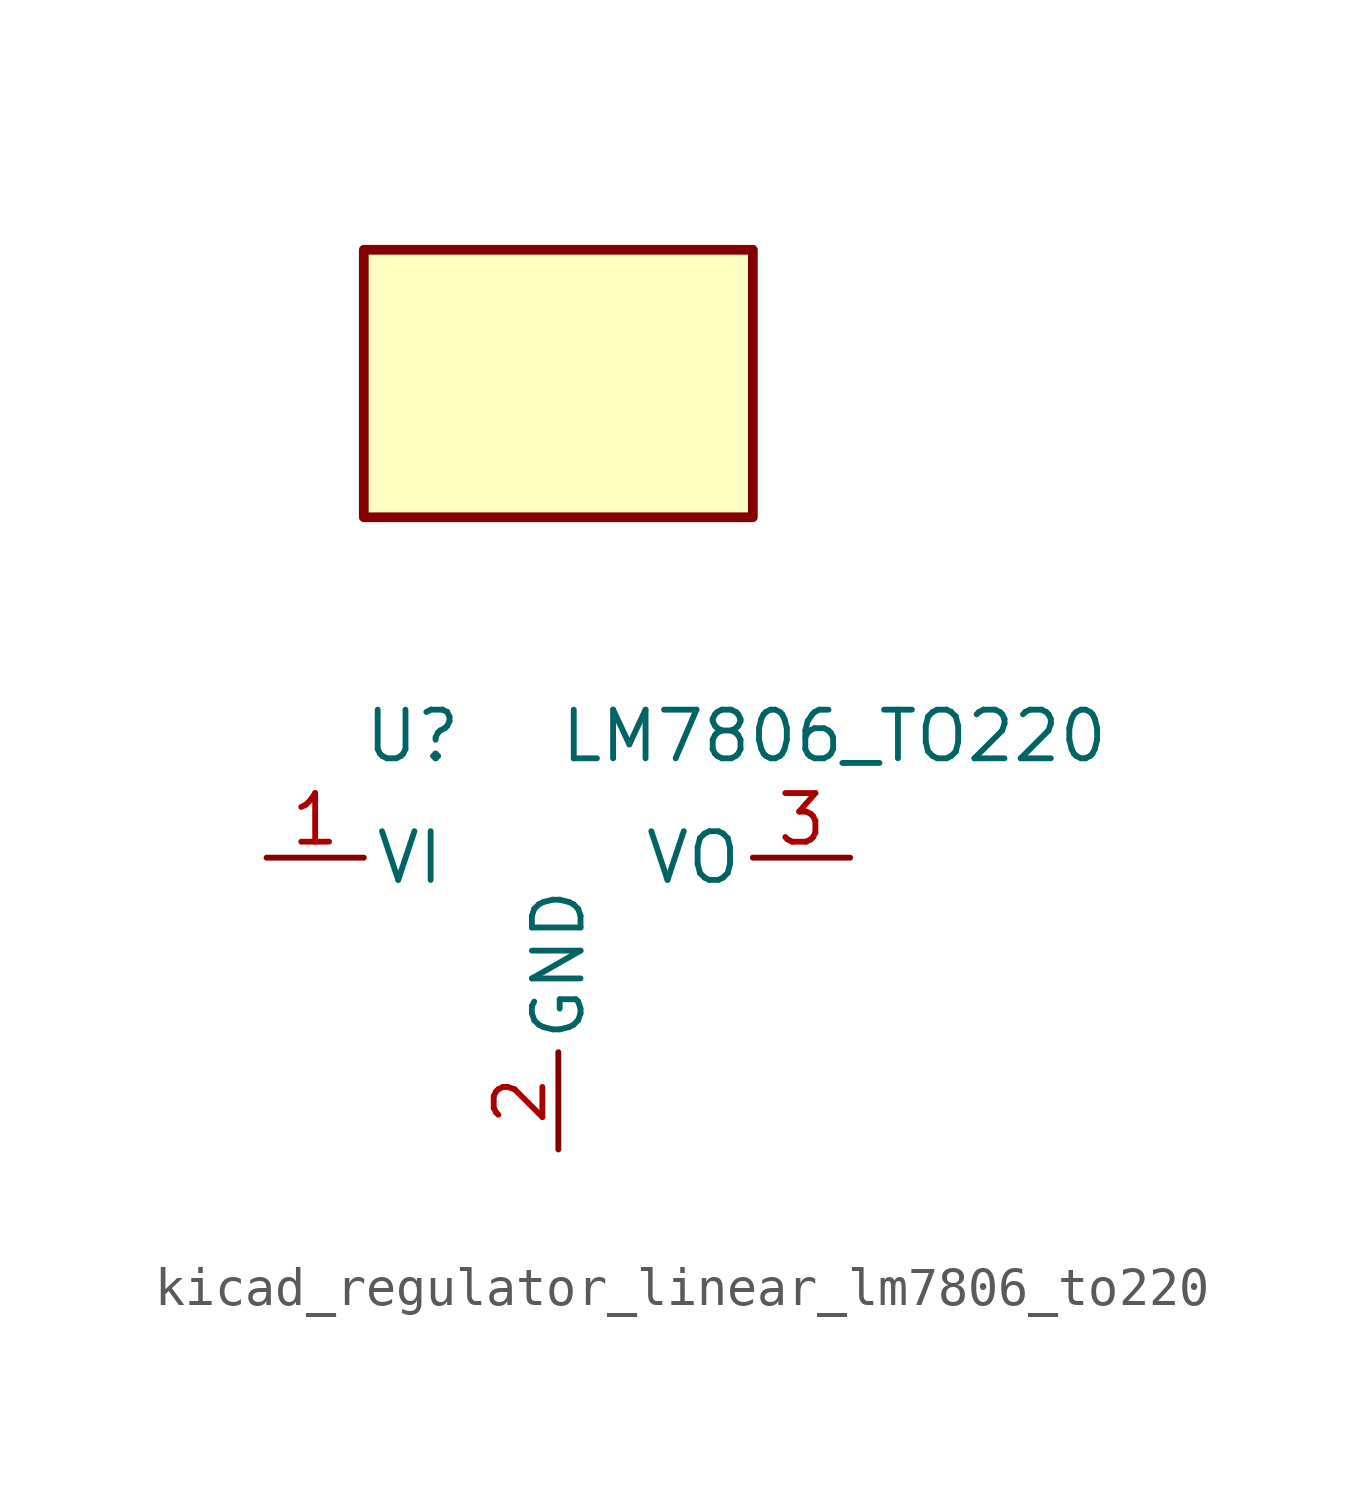
<source format=kicad_sym>
(kicad_symbol_lib
  (version 20220914)
  (generator kicad_symbol_editor)
  (symbol "kicad_regulator_linear_lm7806_to220"
    (pin_names
      (offset 0.254))
    (property "Reference" "U"
      (at -3.81 3.175 0)
      (effects (font (size 1.27 1.27))))
    (property "Value" "LM7806_TO220"
      (at 0 3.175 0)
      (effects (font (size 1.27 1.27)) (justify left)))
    (symbol "kicad_regulator_linear_lm7806_to220_0_1"
      (rectangle (start 5.08 15.875) (end -5.08 8.89) (stroke (width 0.254) (type default)) (fill (type background))))
    (symbol "kicad_regulator_linear_lm7806_to220_1_1"
      (pin power_in line (at -7.62 0 0) (length 2.54) (name "VI" (effects (font (size 1.27 1.27)))) (number "1" (effects (font (size 1.27 1.27)))))
      (pin power_in line (at 0 -7.62 90) (length 2.54) (name "GND" (effects (font (size 1.27 1.27)))) (number "2" (effects (font (size 1.27 1.27)))))
      (pin power_out line (at 7.62 0 180) (length 2.54) (name "VO" (effects (font (size 1.27 1.27)))) (number "3" (effects (font (size 1.27 1.27))))))))
</source>
